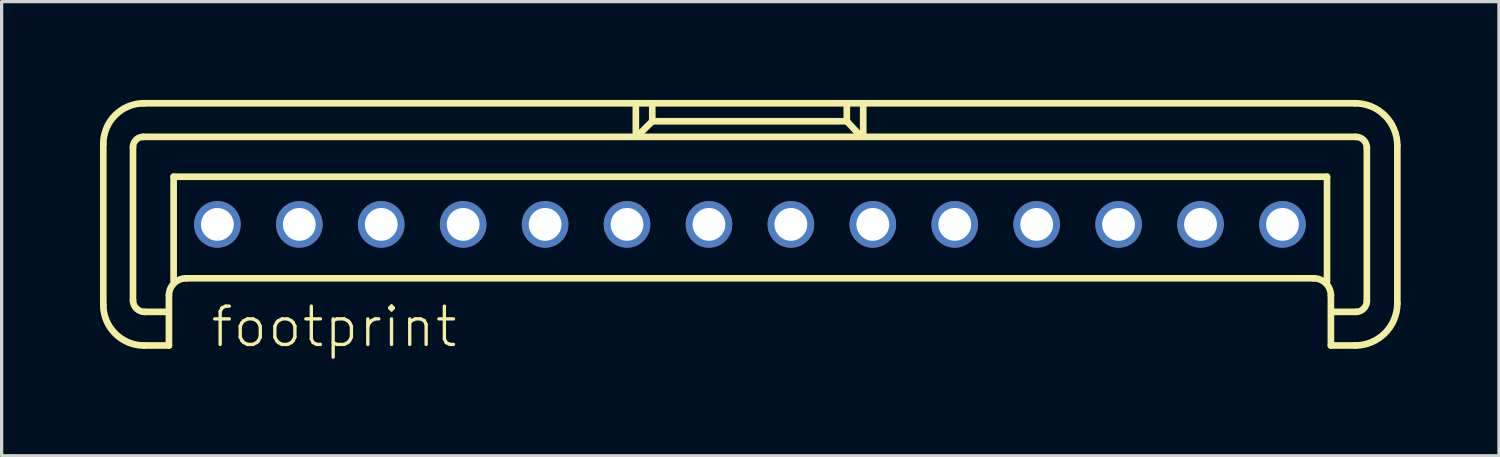
<source format=kicad_pcb>
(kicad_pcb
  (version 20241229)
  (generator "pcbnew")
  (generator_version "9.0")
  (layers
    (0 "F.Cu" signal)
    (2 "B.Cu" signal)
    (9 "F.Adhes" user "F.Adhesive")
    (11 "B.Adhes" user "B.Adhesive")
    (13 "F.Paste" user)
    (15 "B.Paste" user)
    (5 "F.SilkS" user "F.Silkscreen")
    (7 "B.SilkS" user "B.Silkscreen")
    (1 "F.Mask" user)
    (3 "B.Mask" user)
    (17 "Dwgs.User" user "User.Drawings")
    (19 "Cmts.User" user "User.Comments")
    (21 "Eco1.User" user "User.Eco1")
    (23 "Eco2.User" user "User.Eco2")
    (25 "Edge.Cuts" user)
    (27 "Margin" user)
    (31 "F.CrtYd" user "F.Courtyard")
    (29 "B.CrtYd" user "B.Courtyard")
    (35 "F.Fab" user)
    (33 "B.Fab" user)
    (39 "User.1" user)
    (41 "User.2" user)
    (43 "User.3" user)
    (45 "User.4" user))
  (footprint "footprint"
    (layer "F.Cu")
    (at 19.833 3.797)
    (property "Reference" "footprint" (at -16.51 3.81 0) (layer "F.SilkS") (effects (font (size 1.168 1.168) (thickness 0.102)) (justify left bottom)))
    (fp_line (start -19.731 2.456) (end -19.731 -2.456) (stroke (width 0.203) (type solid)) (layer "F.SilkS"))
    (fp_line (start -18.825 2.313) (end -18.825 -2.361) (stroke (width 0.203) (type solid)) (layer "F.SilkS"))
    (fp_line (start -18.515 -2.67) (end 18.491 -2.67) (stroke (width 0.203) (type solid)) (layer "F.SilkS"))
    (fp_line (start -18.491 -3.696) (end 18.467 -3.696) (stroke (width 0.203) (type solid)) (layer "F.SilkS"))
    (fp_line (start -17.752 2.67) (end -18.467 2.67) (stroke (width 0.203) (type solid)) (layer "F.SilkS"))
    (fp_line (start -17.728 2.17) (end -17.728 3.695) (stroke (width 0.203) (type solid)) (layer "F.SilkS"))
    (fp_line (start -17.728 3.695) (end -18.491 3.695) (stroke (width 0.203) (type solid)) (layer "F.SilkS"))
    (fp_line (start -17.585 -1.454) (end 17.609 -1.454) (stroke (width 0.203) (type solid)) (layer "F.SilkS"))
    (fp_line (start -17.585 1.716) (end -17.585 -1.454) (stroke (width 0.203) (type solid)) (layer "F.SilkS"))
    (fp_line (start -3.481 -3.648) (end -3.481 -2.742) (stroke (width 0.203) (type solid)) (layer "F.SilkS"))
    (fp_line (start -3.004 -3.123) (end -3.386 -2.742) (stroke (width 0.203) (type solid)) (layer "F.SilkS"))
    (fp_line (start -2.98 -3.147) (end -2.98 -3.624) (stroke (width 0.203) (type solid)) (layer "F.SilkS"))
    (fp_line (start 2.956 -3.672) (end 2.956 -3.147) (stroke (width 0.203) (type solid)) (layer "F.SilkS"))
    (fp_line (start 2.956 -3.147) (end -2.98 -3.147) (stroke (width 0.203) (type solid)) (layer "F.SilkS"))
    (fp_line (start 2.98 -3.123) (end 3.314 -2.766) (stroke (width 0.203) (type solid)) (layer "F.SilkS"))
    (fp_line (start 3.457 -3.624) (end 3.457 -2.742) (stroke (width 0.203) (type solid)) (layer "F.SilkS"))
    (fp_line (start 17.204 1.645) (end -17.204 1.645) (stroke (width 0.203) (type solid)) (layer "F.SilkS"))
    (fp_line (start 17.609 -1.454) (end 17.609 1.74) (stroke (width 0.203) (type solid)) (layer "F.SilkS"))
    (fp_line (start 17.728 3.695) (end 17.728 2.17) (stroke (width 0.203) (type solid)) (layer "F.SilkS"))
    (fp_line (start 18.467 3.695) (end 17.728 3.695) (stroke (width 0.203) (type solid)) (layer "F.SilkS"))
    (fp_line (start 18.491 2.67) (end 17.823 2.67) (stroke (width 0.203) (type solid)) (layer "F.SilkS"))
    (fp_line (start 18.825 -2.337) (end 18.825 2.336) (stroke (width 0.203) (type solid)) (layer "F.SilkS"))
    (fp_line (start 19.755 -2.408) (end 19.755 2.408) (stroke (width 0.203) (type solid)) (layer "F.SilkS"))
    (fp_arc (start -19.731 -2.4558) (mid -19.367871 -3.332471) (end -18.4912 -3.6956) (stroke (width 0.2032) (type solid)) (layer "F.SilkS"))
    (fp_arc (start -18.825 -2.3605) (mid -18.734232 -2.579632) (end -18.5151 -2.6704) (stroke (width 0.2032) (type solid)) (layer "F.SilkS"))
    (fp_arc (start -18.4912 3.6954) (mid -19.367871 3.332271) (end -19.731 2.4556) (stroke (width 0.2032) (type solid)) (layer "F.SilkS"))
    (fp_arc (start -18.4674 2.6702) (mid -18.720261 2.565461) (end -18.825 2.3126) (stroke (width 0.2032) (type solid)) (layer "F.SilkS"))
    (fp_arc (start -17.7283 2.1695) (mid -17.574678 1.798622) (end -17.2038 1.645) (stroke (width 0.2032) (type solid)) (layer "F.SilkS"))
    (fp_arc (start 17.2036 1.645) (mid 17.574478 1.798622) (end 17.7281 2.1695) (stroke (width 0.2032) (type solid)) (layer "F.SilkS"))
    (fp_arc (start 18.4672 -3.6956) (mid 19.3776 -3.3185) (end 19.7547 -2.4081) (stroke (width 0.2032) (type solid)) (layer "F.SilkS"))
    (fp_arc (start 18.4911 -2.6704) (mid 18.727132 -2.572632) (end 18.8249 -2.3366) (stroke (width 0.2032) (type solid)) (layer "F.SilkS"))
    (fp_arc (start 18.8249 2.3364) (mid 18.727132 2.572432) (end 18.4911 2.6702) (stroke (width 0.2032) (type solid)) (layer "F.SilkS"))
    (fp_arc (start 19.7547 2.4079) (mid 19.3776 3.3183) (end 18.4672 3.6954) (stroke (width 0.2032) (type solid)) (layer "F.SilkS"))
    (pad "1" thru_hole circle (at -16.25 0) (size 1.422 1.422) (drill 1) (layers "*.Cu" "*.Mask"))
    (pad "2" thru_hole circle (at -13.75 0) (size 1.422 1.422) (drill 1) (layers "*.Cu" "*.Mask"))
    (pad "3" thru_hole circle (at -11.25 0) (size 1.422 1.422) (drill 1) (layers "*.Cu" "*.Mask"))
    (pad "4" thru_hole circle (at -8.75 0) (size 1.422 1.422) (drill 1) (layers "*.Cu" "*.Mask"))
    (pad "5" thru_hole circle (at -6.25 0) (size 1.422 1.422) (drill 1) (layers "*.Cu" "*.Mask"))
    (pad "6" thru_hole circle (at -3.75 0) (size 1.422 1.422) (drill 1) (layers "*.Cu" "*.Mask"))
    (pad "7" thru_hole circle (at -1.25 0) (size 1.422 1.422) (drill 1) (layers "*.Cu" "*.Mask"))
    (pad "8" thru_hole circle (at 1.25 0) (size 1.422 1.422) (drill 1) (layers "*.Cu" "*.Mask"))
    (pad "9" thru_hole circle (at 3.75 0) (size 1.422 1.422) (drill 1) (layers "*.Cu" "*.Mask"))
    (pad "10" thru_hole circle (at 6.25 0) (size 1.422 1.422) (drill 1) (layers "*.Cu" "*.Mask"))
    (pad "11" thru_hole circle (at 8.75 0) (size 1.422 1.422) (drill 1) (layers "*.Cu" "*.Mask"))
    (pad "12" thru_hole circle (at 11.25 0) (size 1.422 1.422) (drill 1) (layers "*.Cu" "*.Mask"))
    (pad "13" thru_hole circle (at 13.75 0) (size 1.422 1.422) (drill 1) (layers "*.Cu" "*.Mask"))
    (pad "14" thru_hole circle (at 16.25 0) (size 1.422 1.422) (drill 1) (layers "*.Cu" "*.Mask")))
  (gr_rect
    (start -3 -3)
    (end 42.689 10.858)
    (stroke (width 0.1) (type default))
    (fill no)
    (layer "Edge.Cuts")))
</source>
